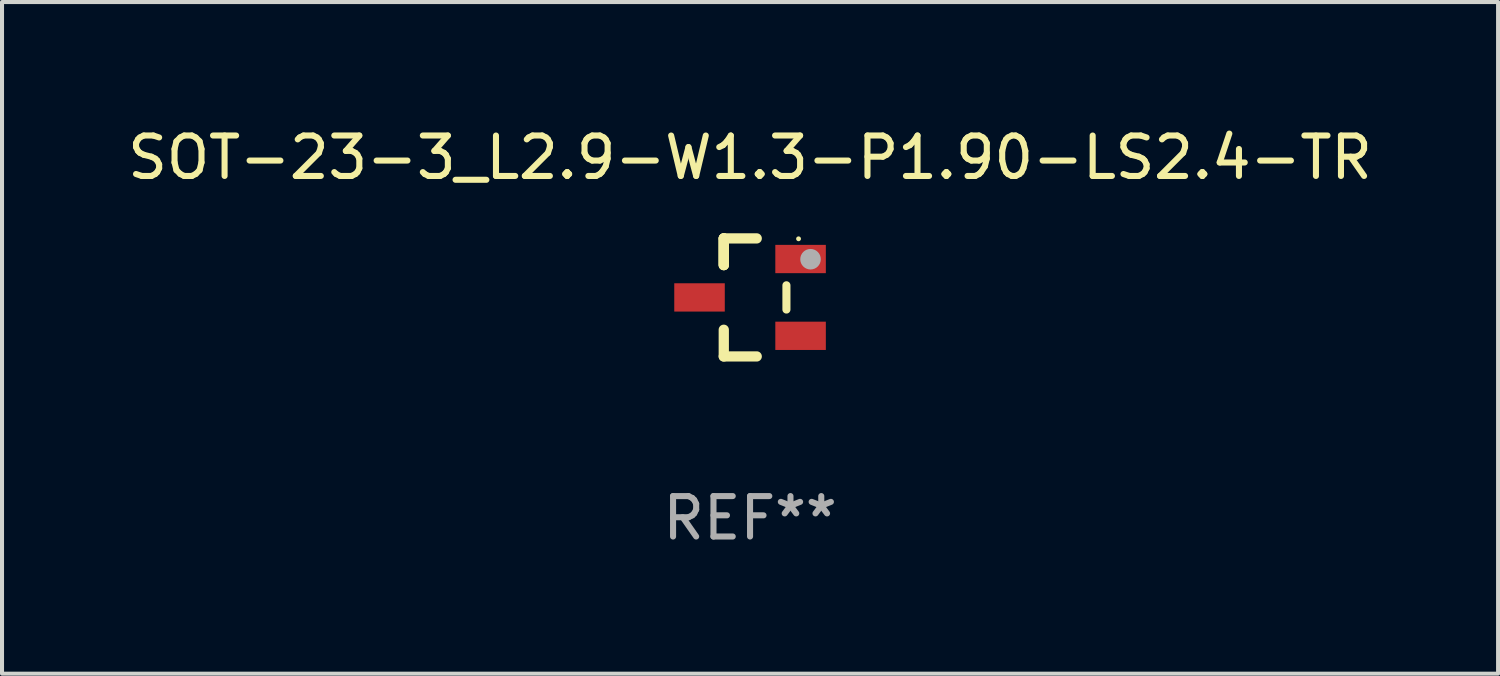
<source format=kicad_pcb>
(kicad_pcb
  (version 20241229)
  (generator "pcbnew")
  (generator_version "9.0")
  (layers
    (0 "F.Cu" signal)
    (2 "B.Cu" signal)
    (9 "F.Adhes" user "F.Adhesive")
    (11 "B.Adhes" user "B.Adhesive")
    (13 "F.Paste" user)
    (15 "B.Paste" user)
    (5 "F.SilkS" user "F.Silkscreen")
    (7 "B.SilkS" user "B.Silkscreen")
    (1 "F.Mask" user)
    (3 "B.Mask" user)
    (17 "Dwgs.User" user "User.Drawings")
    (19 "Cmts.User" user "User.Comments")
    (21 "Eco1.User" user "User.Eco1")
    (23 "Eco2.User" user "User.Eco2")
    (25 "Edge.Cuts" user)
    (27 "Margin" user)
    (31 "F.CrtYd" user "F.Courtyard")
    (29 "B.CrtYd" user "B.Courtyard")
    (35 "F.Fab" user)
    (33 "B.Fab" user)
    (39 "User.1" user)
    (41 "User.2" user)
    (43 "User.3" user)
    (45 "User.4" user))
  (footprint "SOT-23-3_L2.9-W1.3-P1.90-LS2.4-TR"
    (layer "F.Cu")
    (at 15.506 4.308)
    (property "Reference" "SOT-23-3_L2.9-W1.3-P1.90-LS2.4-TR" (at 0 -3.46 0) (layer "F.SilkS") (effects (font (size 1 1) (thickness 0.15))))
    (attr through_hole)
    (fp_line (start -0.65 -1.46) (end -0.65 -0.8) (stroke (width 0.254) (type solid)) (layer "F.SilkS"))
    (fp_line (start -0.65 -1.46) (end 0.165 -1.46) (stroke (width 0.254) (type solid)) (layer "F.SilkS"))
    (fp_line (start -0.65 -0.8) (end -0.65 -1.46) (stroke (width 0.254) (type solid)) (layer "F.SilkS"))
    (fp_line (start -0.65 -0.8) (end -0.65 -1.46) (stroke (width 0.254) (type solid)) (layer "F.SilkS"))
    (fp_line (start -0.65 1.46) (end -0.65 0.8) (stroke (width 0.254) (type solid)) (layer "F.SilkS"))
    (fp_line (start 0.165 1.46) (end -0.65 1.46) (stroke (width 0.254) (type solid)) (layer "F.SilkS"))
    (fp_line (start 0.9 0.3) (end 0.9 -0.3) (stroke (width 0.2) (type solid)) (layer "F.SilkS"))
    (fp_circle (center 1.2 -1.45) (end 1.23 -1.45) (stroke (width 0.06) (type solid)) (fill no) (layer "F.SilkS"))
    (fp_circle (center 1.496 -0.945) (end 1.623 -0.945) (stroke (width 0.254) (type solid)) (fill no) (layer "F.Fab"))
    (fp_text user "REF**" (at 0 5.46 0) (layer "F.Fab") (effects (font (size 1 1) (thickness 0.15))))
    (pad "1" smd rect (at 1.25 -0.95 270) (size 0.7 1.25) (layers "F.Cu" "F.Mask" "F.Paste"))
    (pad "2" smd rect (at 1.25 0.95 270) (size 0.7 1.25) (layers "F.Cu" "F.Mask" "F.Paste"))
    (pad "3" smd rect (at -1.25 0 270) (size 0.7 1.25) (layers "F.Cu" "F.Mask" "F.Paste")))
  (gr_rect
    (start -3 -3)
    (end 34.012 13.616)
    (stroke (width 0.1) (type default))
    (fill no)
    (layer "Edge.Cuts")))
</source>
